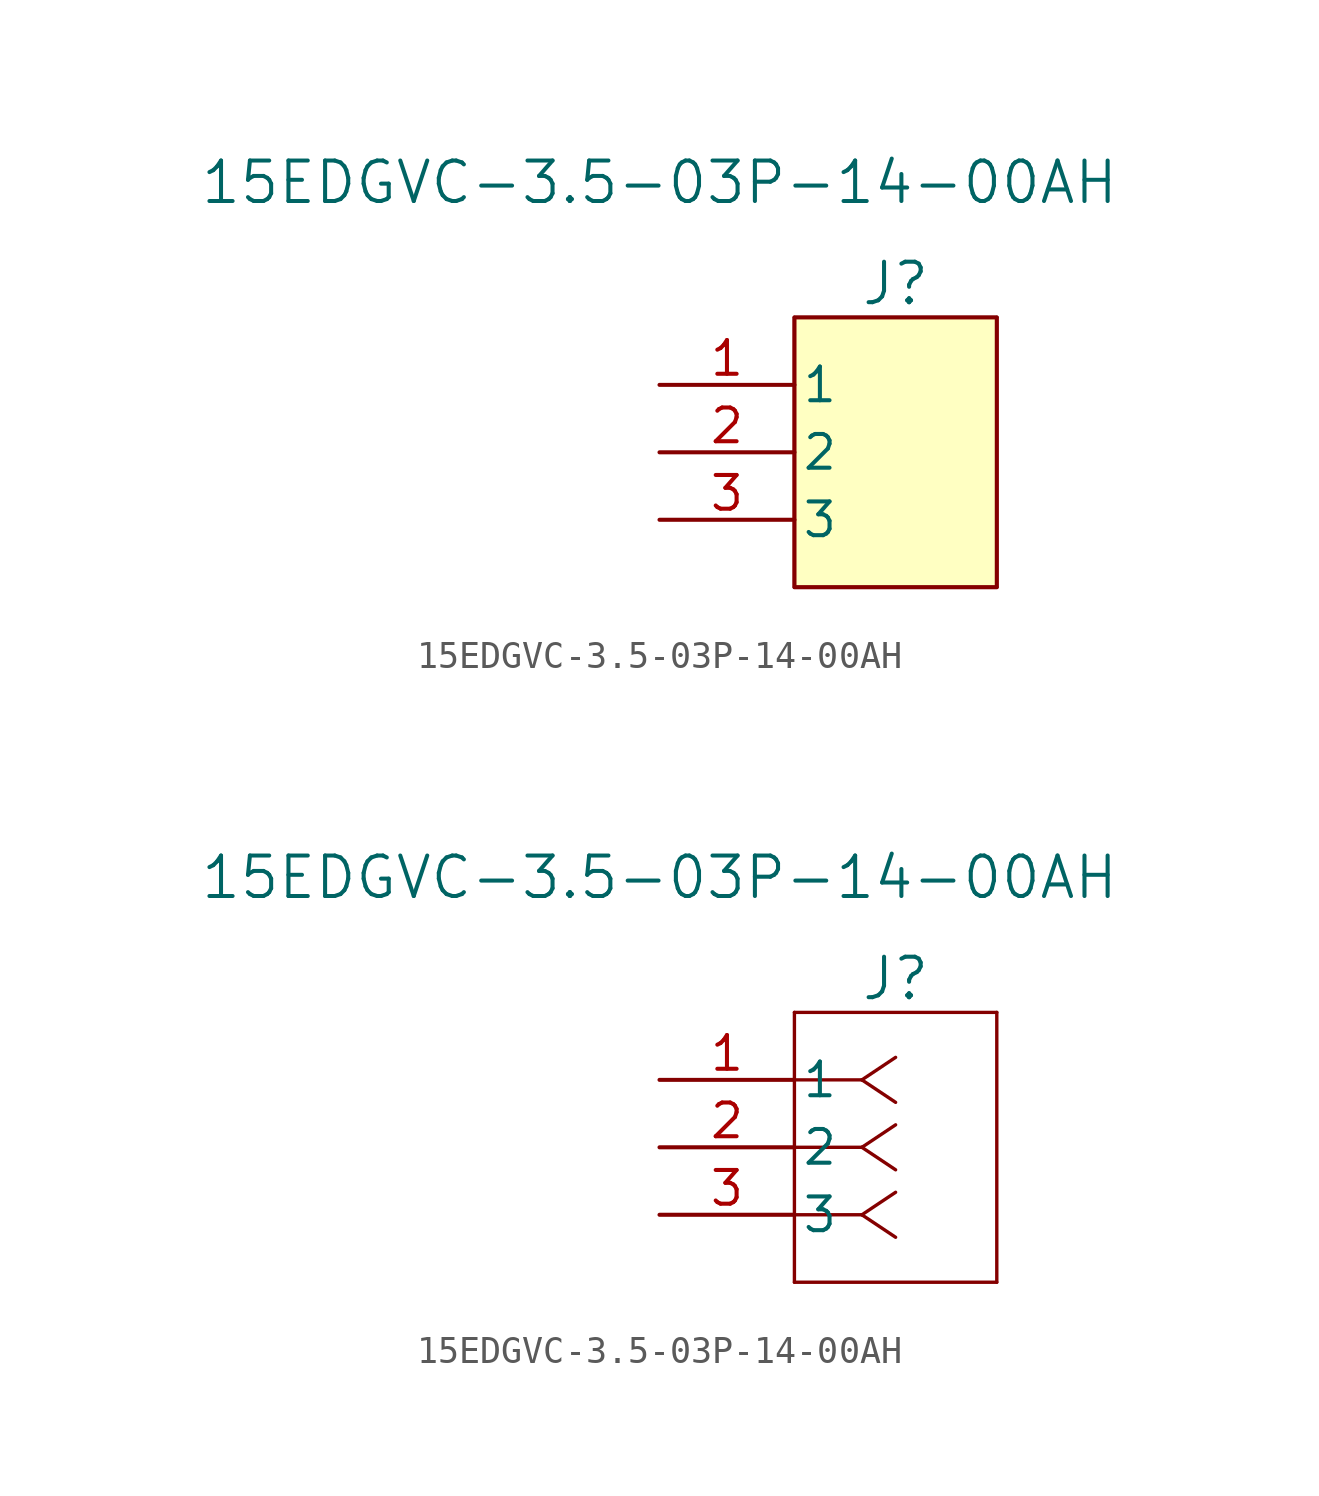
<source format=kicad_sym>
(kicad_symbol_lib
  (version 20220914)
  (generator kicad_symbol_editor)
  (symbol "15EDGVC-3.5-03P-14-00AH"
    (pin_names
      (offset 0.254))
    (property "Reference" "J"
      (at 8.89 3.81 0)
      (effects (font (size 1.524 1.524))))
    (property "Value" "15EDGVC-3.5-03P-14-00AH"
      (at 0 7.62 0)
      (effects (font (size 1.524 1.524))))
    (property "ki_locked" ""
      (at 0 0 0)
      (effects (font (size 1.27 1.27))))
    (symbol "15EDGVC-3.5-03P-14-00AH_1_1"
      (polyline (pts (xy 5.08 -7.62) (xy 12.7 -7.62)) (stroke (width 0.127) (type default)) (fill (type none)))
      (polyline (pts (xy 5.08 2.54) (xy 5.08 -7.62)) (stroke (width 0.127) (type default)) (fill (type none)))
      (polyline (pts (xy 12.7 -7.62) (xy 12.7 2.54)) (stroke (width 0.127) (type default)) (fill (type none)))
      (polyline (pts (xy 12.7 2.54) (xy 5.08 2.54)) (stroke (width 0.127) (type default)) (fill (type none)))
      (rectangle (start 5.08 2.54) (end 12.7 -7.62) (stroke (width 0) (type default)) (fill (type background)))
      (pin unspecified line (at 0 0 0) (length 5.08) (name "1" (effects (font (size 1.27 1.27)))) (number "1" (effects (font (size 1.27 1.27)))))
      (pin unspecified line (at 0 -2.54 0) (length 5.08) (name "2" (effects (font (size 1.27 1.27)))) (number "2" (effects (font (size 1.27 1.27)))))
      (pin unspecified line (at 0 -5.08 0) (length 5.08) (name "3" (effects (font (size 1.27 1.27)))) (number "3" (effects (font (size 1.27 1.27))))))
    (symbol "15EDGVC-3.5-03P-14-00AH_1_2"
      (polyline (pts (xy 5.08 -7.62) (xy 12.7 -7.62)) (stroke (width 0.127) (type default)) (fill (type none)))
      (polyline (pts (xy 5.08 2.54) (xy 5.08 -7.62)) (stroke (width 0.127) (type default)) (fill (type none)))
      (polyline (pts (xy 7.62 -5.08) (xy 5.08 -5.08)) (stroke (width 0.127) (type default)) (fill (type none)))
      (polyline (pts (xy 7.62 -5.08) (xy 8.89 -5.927)) (stroke (width 0.127) (type default)) (fill (type none)))
      (polyline (pts (xy 7.62 -5.08) (xy 8.89 -4.233)) (stroke (width 0.127) (type default)) (fill (type none)))
      (polyline (pts (xy 7.62 -2.54) (xy 5.08 -2.54)) (stroke (width 0.127) (type default)) (fill (type none)))
      (polyline (pts (xy 7.62 -2.54) (xy 8.89 -3.387)) (stroke (width 0.127) (type default)) (fill (type none)))
      (polyline (pts (xy 7.62 -2.54) (xy 8.89 -1.693)) (stroke (width 0.127) (type default)) (fill (type none)))
      (polyline (pts (xy 7.62 0) (xy 5.08 0)) (stroke (width 0.127) (type default)) (fill (type none)))
      (polyline (pts (xy 7.62 0) (xy 8.89 -0.847)) (stroke (width 0.127) (type default)) (fill (type none)))
      (polyline (pts (xy 7.62 0) (xy 8.89 0.847)) (stroke (width 0.127) (type default)) (fill (type none)))
      (polyline (pts (xy 12.7 -7.62) (xy 12.7 2.54)) (stroke (width 0.127) (type default)) (fill (type none)))
      (polyline (pts (xy 12.7 2.54) (xy 5.08 2.54)) (stroke (width 0.127) (type default)) (fill (type none)))
      (pin unspecified line (at 0 0 0) (length 5.08) (name "1" (effects (font (size 1.27 1.27)))) (number "1" (effects (font (size 1.27 1.27)))))
      (pin unspecified line (at 0 -2.54 0) (length 5.08) (name "2" (effects (font (size 1.27 1.27)))) (number "2" (effects (font (size 1.27 1.27)))))
      (pin unspecified line (at 0 -5.08 0) (length 5.08) (name "3" (effects (font (size 1.27 1.27)))) (number "3" (effects (font (size 1.27 1.27))))))))
</source>
